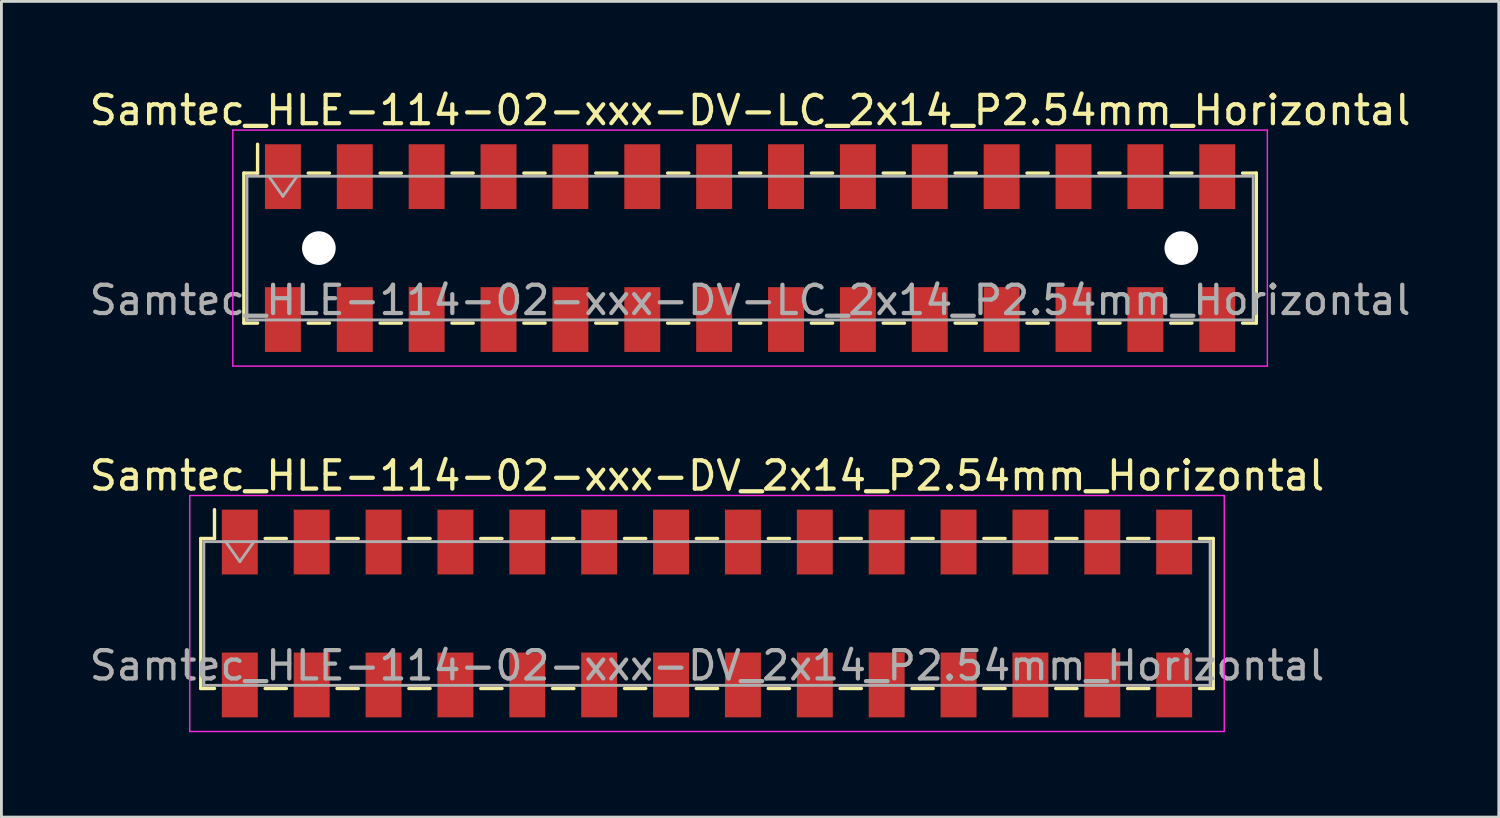
<source format=kicad_pcb>
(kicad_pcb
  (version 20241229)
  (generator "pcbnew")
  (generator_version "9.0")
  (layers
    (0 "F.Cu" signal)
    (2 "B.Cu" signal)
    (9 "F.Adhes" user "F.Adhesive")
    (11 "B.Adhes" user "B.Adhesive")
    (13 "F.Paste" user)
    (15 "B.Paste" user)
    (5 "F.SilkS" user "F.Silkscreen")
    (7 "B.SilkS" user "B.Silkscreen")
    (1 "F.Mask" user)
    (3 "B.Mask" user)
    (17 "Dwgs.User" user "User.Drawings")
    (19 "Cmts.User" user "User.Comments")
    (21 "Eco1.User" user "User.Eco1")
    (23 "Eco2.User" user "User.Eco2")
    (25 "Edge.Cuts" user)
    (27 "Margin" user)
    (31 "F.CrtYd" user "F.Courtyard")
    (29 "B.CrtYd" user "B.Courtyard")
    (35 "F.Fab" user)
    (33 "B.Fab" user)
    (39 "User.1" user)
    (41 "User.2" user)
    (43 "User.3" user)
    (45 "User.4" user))
  (footprint "Samtec_HLE-114-02-xxx-DV_2x14_P2.54mm_Horizontal"
    (layer "F.Cu")
    (at 21.935 18.631)
    (property "Reference" "Samtec_HLE-114-02-xxx-DV_2x14_P2.54mm_Horizontal" (at 0 -4.87 0) (layer "F.SilkS") (effects (font (size 1 1) (thickness 0.15))))
    (attr smd)
    (fp_line (start -17.89 -2.65) (end -17.89 2.65) (stroke (width 0.12) (type solid)) (layer "F.SilkS"))
    (fp_line (start -17.89 2.65) (end -17.405 2.65) (stroke (width 0.12) (type solid)) (layer "F.SilkS"))
    (fp_line (start -17.405 -3.67) (end -17.405 -2.65) (stroke (width 0.12) (type solid)) (layer "F.SilkS"))
    (fp_line (start -17.405 -2.65) (end -17.89 -2.65) (stroke (width 0.12) (type solid)) (layer "F.SilkS"))
    (fp_line (start -15.615 -2.65) (end -14.865 -2.65) (stroke (width 0.12) (type solid)) (layer "F.SilkS"))
    (fp_line (start -15.615 2.65) (end -14.865 2.65) (stroke (width 0.12) (type solid)) (layer "F.SilkS"))
    (fp_line (start -13.075 -2.65) (end -12.325 -2.65) (stroke (width 0.12) (type solid)) (layer "F.SilkS"))
    (fp_line (start -13.075 2.65) (end -12.325 2.65) (stroke (width 0.12) (type solid)) (layer "F.SilkS"))
    (fp_line (start -10.535 -2.65) (end -9.785 -2.65) (stroke (width 0.12) (type solid)) (layer "F.SilkS"))
    (fp_line (start -10.535 2.65) (end -9.785 2.65) (stroke (width 0.12) (type solid)) (layer "F.SilkS"))
    (fp_line (start -7.995 -2.65) (end -7.245 -2.65) (stroke (width 0.12) (type solid)) (layer "F.SilkS"))
    (fp_line (start -7.995 2.65) (end -7.245 2.65) (stroke (width 0.12) (type solid)) (layer "F.SilkS"))
    (fp_line (start -5.455 -2.65) (end -4.705 -2.65) (stroke (width 0.12) (type solid)) (layer "F.SilkS"))
    (fp_line (start -5.455 2.65) (end -4.705 2.65) (stroke (width 0.12) (type solid)) (layer "F.SilkS"))
    (fp_line (start -2.915 -2.65) (end -2.165 -2.65) (stroke (width 0.12) (type solid)) (layer "F.SilkS"))
    (fp_line (start -2.915 2.65) (end -2.165 2.65) (stroke (width 0.12) (type solid)) (layer "F.SilkS"))
    (fp_line (start -0.375 -2.65) (end 0.375 -2.65) (stroke (width 0.12) (type solid)) (layer "F.SilkS"))
    (fp_line (start -0.375 2.65) (end 0.375 2.65) (stroke (width 0.12) (type solid)) (layer "F.SilkS"))
    (fp_line (start 2.165 -2.65) (end 2.915 -2.65) (stroke (width 0.12) (type solid)) (layer "F.SilkS"))
    (fp_line (start 2.165 2.65) (end 2.915 2.65) (stroke (width 0.12) (type solid)) (layer "F.SilkS"))
    (fp_line (start 4.705 -2.65) (end 5.455 -2.65) (stroke (width 0.12) (type solid)) (layer "F.SilkS"))
    (fp_line (start 4.705 2.65) (end 5.455 2.65) (stroke (width 0.12) (type solid)) (layer "F.SilkS"))
    (fp_line (start 7.245 -2.65) (end 7.995 -2.65) (stroke (width 0.12) (type solid)) (layer "F.SilkS"))
    (fp_line (start 7.245 2.65) (end 7.995 2.65) (stroke (width 0.12) (type solid)) (layer "F.SilkS"))
    (fp_line (start 9.785 -2.65) (end 10.535 -2.65) (stroke (width 0.12) (type solid)) (layer "F.SilkS"))
    (fp_line (start 9.785 2.65) (end 10.535 2.65) (stroke (width 0.12) (type solid)) (layer "F.SilkS"))
    (fp_line (start 12.325 -2.65) (end 13.075 -2.65) (stroke (width 0.12) (type solid)) (layer "F.SilkS"))
    (fp_line (start 12.325 2.65) (end 13.075 2.65) (stroke (width 0.12) (type solid)) (layer "F.SilkS"))
    (fp_line (start 14.865 -2.65) (end 15.615 -2.65) (stroke (width 0.12) (type solid)) (layer "F.SilkS"))
    (fp_line (start 14.865 2.65) (end 15.615 2.65) (stroke (width 0.12) (type solid)) (layer "F.SilkS"))
    (fp_line (start 17.405 -2.65) (end 17.89 -2.65) (stroke (width 0.12) (type solid)) (layer "F.SilkS"))
    (fp_line (start 17.89 -2.65) (end 17.89 2.65) (stroke (width 0.12) (type solid)) (layer "F.SilkS"))
    (fp_line (start 17.89 2.65) (end 17.405 2.65) (stroke (width 0.12) (type solid)) (layer "F.SilkS"))
    (fp_line (start -18.28 -4.17) (end 18.28 -4.17) (stroke (width 0.05) (type solid)) (layer "F.CrtYd"))
    (fp_line (start -18.28 4.17) (end -18.28 -4.17) (stroke (width 0.05) (type solid)) (layer "F.CrtYd"))
    (fp_line (start 18.28 -4.17) (end 18.28 4.17) (stroke (width 0.05) (type solid)) (layer "F.CrtYd"))
    (fp_line (start 18.28 4.17) (end -18.28 4.17) (stroke (width 0.05) (type solid)) (layer "F.CrtYd"))
    (fp_line (start -17.78 -2.54) (end 17.78 -2.54) (stroke (width 0.1) (type solid)) (layer "F.Fab"))
    (fp_line (start -17.78 2.54) (end -17.78 -2.54) (stroke (width 0.1) (type solid)) (layer "F.Fab"))
    (fp_line (start -17.01 -2.54) (end -16.51 -1.833) (stroke (width 0.1) (type solid)) (layer "F.Fab"))
    (fp_line (start -16.51 -1.833) (end -16.01 -2.54) (stroke (width 0.1) (type solid)) (layer "F.Fab"))
    (fp_line (start 17.78 -2.54) (end 17.78 2.54) (stroke (width 0.1) (type solid)) (layer "F.Fab"))
    (fp_line (start 17.78 2.54) (end -17.78 2.54) (stroke (width 0.1) (type solid)) (layer "F.Fab"))
    (fp_text user "${REFERENCE}" (at 0 1.84 0) (layer "F.Fab") (effects (font (size 1 1) (thickness 0.15))))
    (pad "1" smd rect (at -16.51 -2.525) (size 1.27 2.29) (layers "F.Cu" "F.Mask" "F.Paste"))
    (pad "2" smd rect (at -16.51 2.525) (size 1.27 2.29) (layers "F.Cu" "F.Mask" "F.Paste"))
    (pad "3" smd rect (at -13.97 -2.525) (size 1.27 2.29) (layers "F.Cu" "F.Mask" "F.Paste"))
    (pad "4" smd rect (at -13.97 2.525) (size 1.27 2.29) (layers "F.Cu" "F.Mask" "F.Paste"))
    (pad "5" smd rect (at -11.43 -2.525) (size 1.27 2.29) (layers "F.Cu" "F.Mask" "F.Paste"))
    (pad "6" smd rect (at -11.43 2.525) (size 1.27 2.29) (layers "F.Cu" "F.Mask" "F.Paste"))
    (pad "7" smd rect (at -8.89 -2.525) (size 1.27 2.29) (layers "F.Cu" "F.Mask" "F.Paste"))
    (pad "8" smd rect (at -8.89 2.525) (size 1.27 2.29) (layers "F.Cu" "F.Mask" "F.Paste"))
    (pad "9" smd rect (at -6.35 -2.525) (size 1.27 2.29) (layers "F.Cu" "F.Mask" "F.Paste"))
    (pad "10" smd rect (at -6.35 2.525) (size 1.27 2.29) (layers "F.Cu" "F.Mask" "F.Paste"))
    (pad "11" smd rect (at -3.81 -2.525) (size 1.27 2.29) (layers "F.Cu" "F.Mask" "F.Paste"))
    (pad "12" smd rect (at -3.81 2.525) (size 1.27 2.29) (layers "F.Cu" "F.Mask" "F.Paste"))
    (pad "13" smd rect (at -1.27 -2.525) (size 1.27 2.29) (layers "F.Cu" "F.Mask" "F.Paste"))
    (pad "14" smd rect (at -1.27 2.525) (size 1.27 2.29) (layers "F.Cu" "F.Mask" "F.Paste"))
    (pad "15" smd rect (at 1.27 -2.525) (size 1.27 2.29) (layers "F.Cu" "F.Mask" "F.Paste"))
    (pad "16" smd rect (at 1.27 2.525) (size 1.27 2.29) (layers "F.Cu" "F.Mask" "F.Paste"))
    (pad "17" smd rect (at 3.81 -2.525) (size 1.27 2.29) (layers "F.Cu" "F.Mask" "F.Paste"))
    (pad "18" smd rect (at 3.81 2.525) (size 1.27 2.29) (layers "F.Cu" "F.Mask" "F.Paste"))
    (pad "19" smd rect (at 6.35 -2.525) (size 1.27 2.29) (layers "F.Cu" "F.Mask" "F.Paste"))
    (pad "20" smd rect (at 6.35 2.525) (size 1.27 2.29) (layers "F.Cu" "F.Mask" "F.Paste"))
    (pad "21" smd rect (at 8.89 -2.525) (size 1.27 2.29) (layers "F.Cu" "F.Mask" "F.Paste"))
    (pad "22" smd rect (at 8.89 2.525) (size 1.27 2.29) (layers "F.Cu" "F.Mask" "F.Paste"))
    (pad "23" smd rect (at 11.43 -2.525) (size 1.27 2.29) (layers "F.Cu" "F.Mask" "F.Paste"))
    (pad "24" smd rect (at 11.43 2.525) (size 1.27 2.29) (layers "F.Cu" "F.Mask" "F.Paste"))
    (pad "25" smd rect (at 13.97 -2.525) (size 1.27 2.29) (layers "F.Cu" "F.Mask" "F.Paste"))
    (pad "26" smd rect (at 13.97 2.525) (size 1.27 2.29) (layers "F.Cu" "F.Mask" "F.Paste"))
    (pad "27" smd rect (at 16.51 -2.525) (size 1.27 2.29) (layers "F.Cu" "F.Mask" "F.Paste"))
    (pad "28" smd rect (at 16.51 2.525) (size 1.27 2.29) (layers "F.Cu" "F.Mask" "F.Paste")))
  (footprint "Samtec_HLE-114-02-xxx-DV-LC_2x14_P2.54mm_Horizontal"
    (layer "F.Cu")
    (at 23.458 5.718)
    (property "Reference" "Samtec_HLE-114-02-xxx-DV-LC_2x14_P2.54mm_Horizontal" (at 0 -4.87 0) (layer "F.SilkS") (effects (font (size 1 1) (thickness 0.15))))
    (attr smd)
    (fp_line (start -17.89 -2.65) (end -17.89 2.65) (stroke (width 0.12) (type solid)) (layer "F.SilkS"))
    (fp_line (start -17.89 2.65) (end -17.405 2.65) (stroke (width 0.12) (type solid)) (layer "F.SilkS"))
    (fp_line (start -17.405 -3.67) (end -17.405 -2.65) (stroke (width 0.12) (type solid)) (layer "F.SilkS"))
    (fp_line (start -17.405 -2.65) (end -17.89 -2.65) (stroke (width 0.12) (type solid)) (layer "F.SilkS"))
    (fp_line (start -15.615 -2.65) (end -14.865 -2.65) (stroke (width 0.12) (type solid)) (layer "F.SilkS"))
    (fp_line (start -15.615 2.65) (end -14.865 2.65) (stroke (width 0.12) (type solid)) (layer "F.SilkS"))
    (fp_line (start -13.075 -2.65) (end -12.325 -2.65) (stroke (width 0.12) (type solid)) (layer "F.SilkS"))
    (fp_line (start -13.075 2.65) (end -12.325 2.65) (stroke (width 0.12) (type solid)) (layer "F.SilkS"))
    (fp_line (start -10.535 -2.65) (end -9.785 -2.65) (stroke (width 0.12) (type solid)) (layer "F.SilkS"))
    (fp_line (start -10.535 2.65) (end -9.785 2.65) (stroke (width 0.12) (type solid)) (layer "F.SilkS"))
    (fp_line (start -7.995 -2.65) (end -7.245 -2.65) (stroke (width 0.12) (type solid)) (layer "F.SilkS"))
    (fp_line (start -7.995 2.65) (end -7.245 2.65) (stroke (width 0.12) (type solid)) (layer "F.SilkS"))
    (fp_line (start -5.455 -2.65) (end -4.705 -2.65) (stroke (width 0.12) (type solid)) (layer "F.SilkS"))
    (fp_line (start -5.455 2.65) (end -4.705 2.65) (stroke (width 0.12) (type solid)) (layer "F.SilkS"))
    (fp_line (start -2.915 -2.65) (end -2.165 -2.65) (stroke (width 0.12) (type solid)) (layer "F.SilkS"))
    (fp_line (start -2.915 2.65) (end -2.165 2.65) (stroke (width 0.12) (type solid)) (layer "F.SilkS"))
    (fp_line (start -0.375 -2.65) (end 0.375 -2.65) (stroke (width 0.12) (type solid)) (layer "F.SilkS"))
    (fp_line (start -0.375 2.65) (end 0.375 2.65) (stroke (width 0.12) (type solid)) (layer "F.SilkS"))
    (fp_line (start 2.165 -2.65) (end 2.915 -2.65) (stroke (width 0.12) (type solid)) (layer "F.SilkS"))
    (fp_line (start 2.165 2.65) (end 2.915 2.65) (stroke (width 0.12) (type solid)) (layer "F.SilkS"))
    (fp_line (start 4.705 -2.65) (end 5.455 -2.65) (stroke (width 0.12) (type solid)) (layer "F.SilkS"))
    (fp_line (start 4.705 2.65) (end 5.455 2.65) (stroke (width 0.12) (type solid)) (layer "F.SilkS"))
    (fp_line (start 7.245 -2.65) (end 7.995 -2.65) (stroke (width 0.12) (type solid)) (layer "F.SilkS"))
    (fp_line (start 7.245 2.65) (end 7.995 2.65) (stroke (width 0.12) (type solid)) (layer "F.SilkS"))
    (fp_line (start 9.785 -2.65) (end 10.535 -2.65) (stroke (width 0.12) (type solid)) (layer "F.SilkS"))
    (fp_line (start 9.785 2.65) (end 10.535 2.65) (stroke (width 0.12) (type solid)) (layer "F.SilkS"))
    (fp_line (start 12.325 -2.65) (end 13.075 -2.65) (stroke (width 0.12) (type solid)) (layer "F.SilkS"))
    (fp_line (start 12.325 2.65) (end 13.075 2.65) (stroke (width 0.12) (type solid)) (layer "F.SilkS"))
    (fp_line (start 14.865 -2.65) (end 15.615 -2.65) (stroke (width 0.12) (type solid)) (layer "F.SilkS"))
    (fp_line (start 14.865 2.65) (end 15.615 2.65) (stroke (width 0.12) (type solid)) (layer "F.SilkS"))
    (fp_line (start 17.405 -2.65) (end 17.89 -2.65) (stroke (width 0.12) (type solid)) (layer "F.SilkS"))
    (fp_line (start 17.89 -2.65) (end 17.89 2.65) (stroke (width 0.12) (type solid)) (layer "F.SilkS"))
    (fp_line (start 17.89 2.65) (end 17.405 2.65) (stroke (width 0.12) (type solid)) (layer "F.SilkS"))
    (fp_line (start -18.28 -4.17) (end 18.28 -4.17) (stroke (width 0.05) (type solid)) (layer "F.CrtYd"))
    (fp_line (start -18.28 4.17) (end -18.28 -4.17) (stroke (width 0.05) (type solid)) (layer "F.CrtYd"))
    (fp_line (start 18.28 -4.17) (end 18.28 4.17) (stroke (width 0.05) (type solid)) (layer "F.CrtYd"))
    (fp_line (start 18.28 4.17) (end -18.28 4.17) (stroke (width 0.05) (type solid)) (layer "F.CrtYd"))
    (fp_line (start -17.78 -2.54) (end 17.78 -2.54) (stroke (width 0.1) (type solid)) (layer "F.Fab"))
    (fp_line (start -17.78 2.54) (end -17.78 -2.54) (stroke (width 0.1) (type solid)) (layer "F.Fab"))
    (fp_line (start -17.01 -2.54) (end -16.51 -1.833) (stroke (width 0.1) (type solid)) (layer "F.Fab"))
    (fp_line (start -16.51 -1.833) (end -16.01 -2.54) (stroke (width 0.1) (type solid)) (layer "F.Fab"))
    (fp_line (start 17.78 -2.54) (end 17.78 2.54) (stroke (width 0.1) (type solid)) (layer "F.Fab"))
    (fp_line (start 17.78 2.54) (end -17.78 2.54) (stroke (width 0.1) (type solid)) (layer "F.Fab"))
    (fp_text user "${REFERENCE}" (at 0 1.84 0) (layer "F.Fab") (effects (font (size 1 1) (thickness 0.15))))
    (pad "" np_thru_hole circle (at -15.24 0) (size 1.19 1.19) (drill 1.19) (layers "*.Cu" "*.Mask"))
    (pad "" np_thru_hole circle (at 15.24 0) (size 1.19 1.19) (drill 1.19) (layers "*.Cu" "*.Mask"))
    (pad "1" smd rect (at -16.51 -2.525) (size 1.27 2.29) (layers "F.Cu" "F.Mask" "F.Paste"))
    (pad "2" smd rect (at -16.51 2.525) (size 1.27 2.29) (layers "F.Cu" "F.Mask" "F.Paste"))
    (pad "3" smd rect (at -13.97 -2.525) (size 1.27 2.29) (layers "F.Cu" "F.Mask" "F.Paste"))
    (pad "4" smd rect (at -13.97 2.525) (size 1.27 2.29) (layers "F.Cu" "F.Mask" "F.Paste"))
    (pad "5" smd rect (at -11.43 -2.525) (size 1.27 2.29) (layers "F.Cu" "F.Mask" "F.Paste"))
    (pad "6" smd rect (at -11.43 2.525) (size 1.27 2.29) (layers "F.Cu" "F.Mask" "F.Paste"))
    (pad "7" smd rect (at -8.89 -2.525) (size 1.27 2.29) (layers "F.Cu" "F.Mask" "F.Paste"))
    (pad "8" smd rect (at -8.89 2.525) (size 1.27 2.29) (layers "F.Cu" "F.Mask" "F.Paste"))
    (pad "9" smd rect (at -6.35 -2.525) (size 1.27 2.29) (layers "F.Cu" "F.Mask" "F.Paste"))
    (pad "10" smd rect (at -6.35 2.525) (size 1.27 2.29) (layers "F.Cu" "F.Mask" "F.Paste"))
    (pad "11" smd rect (at -3.81 -2.525) (size 1.27 2.29) (layers "F.Cu" "F.Mask" "F.Paste"))
    (pad "12" smd rect (at -3.81 2.525) (size 1.27 2.29) (layers "F.Cu" "F.Mask" "F.Paste"))
    (pad "13" smd rect (at -1.27 -2.525) (size 1.27 2.29) (layers "F.Cu" "F.Mask" "F.Paste"))
    (pad "14" smd rect (at -1.27 2.525) (size 1.27 2.29) (layers "F.Cu" "F.Mask" "F.Paste"))
    (pad "15" smd rect (at 1.27 -2.525) (size 1.27 2.29) (layers "F.Cu" "F.Mask" "F.Paste"))
    (pad "16" smd rect (at 1.27 2.525) (size 1.27 2.29) (layers "F.Cu" "F.Mask" "F.Paste"))
    (pad "17" smd rect (at 3.81 -2.525) (size 1.27 2.29) (layers "F.Cu" "F.Mask" "F.Paste"))
    (pad "18" smd rect (at 3.81 2.525) (size 1.27 2.29) (layers "F.Cu" "F.Mask" "F.Paste"))
    (pad "19" smd rect (at 6.35 -2.525) (size 1.27 2.29) (layers "F.Cu" "F.Mask" "F.Paste"))
    (pad "20" smd rect (at 6.35 2.525) (size 1.27 2.29) (layers "F.Cu" "F.Mask" "F.Paste"))
    (pad "21" smd rect (at 8.89 -2.525) (size 1.27 2.29) (layers "F.Cu" "F.Mask" "F.Paste"))
    (pad "22" smd rect (at 8.89 2.525) (size 1.27 2.29) (layers "F.Cu" "F.Mask" "F.Paste"))
    (pad "23" smd rect (at 11.43 -2.525) (size 1.27 2.29) (layers "F.Cu" "F.Mask" "F.Paste"))
    (pad "24" smd rect (at 11.43 2.525) (size 1.27 2.29) (layers "F.Cu" "F.Mask" "F.Paste"))
    (pad "25" smd rect (at 13.97 -2.525) (size 1.27 2.29) (layers "F.Cu" "F.Mask" "F.Paste"))
    (pad "26" smd rect (at 13.97 2.525) (size 1.27 2.29) (layers "F.Cu" "F.Mask" "F.Paste"))
    (pad "27" smd rect (at 16.51 -2.525) (size 1.27 2.29) (layers "F.Cu" "F.Mask" "F.Paste"))
    (pad "28" smd rect (at 16.51 2.525) (size 1.27 2.29) (layers "F.Cu" "F.Mask" "F.Paste")))
  (gr_rect
    (start -3 -3)
    (end 49.917 25.826)
    (stroke (width 0.1) (type default))
    (fill no)
    (layer "Edge.Cuts")))
</source>
